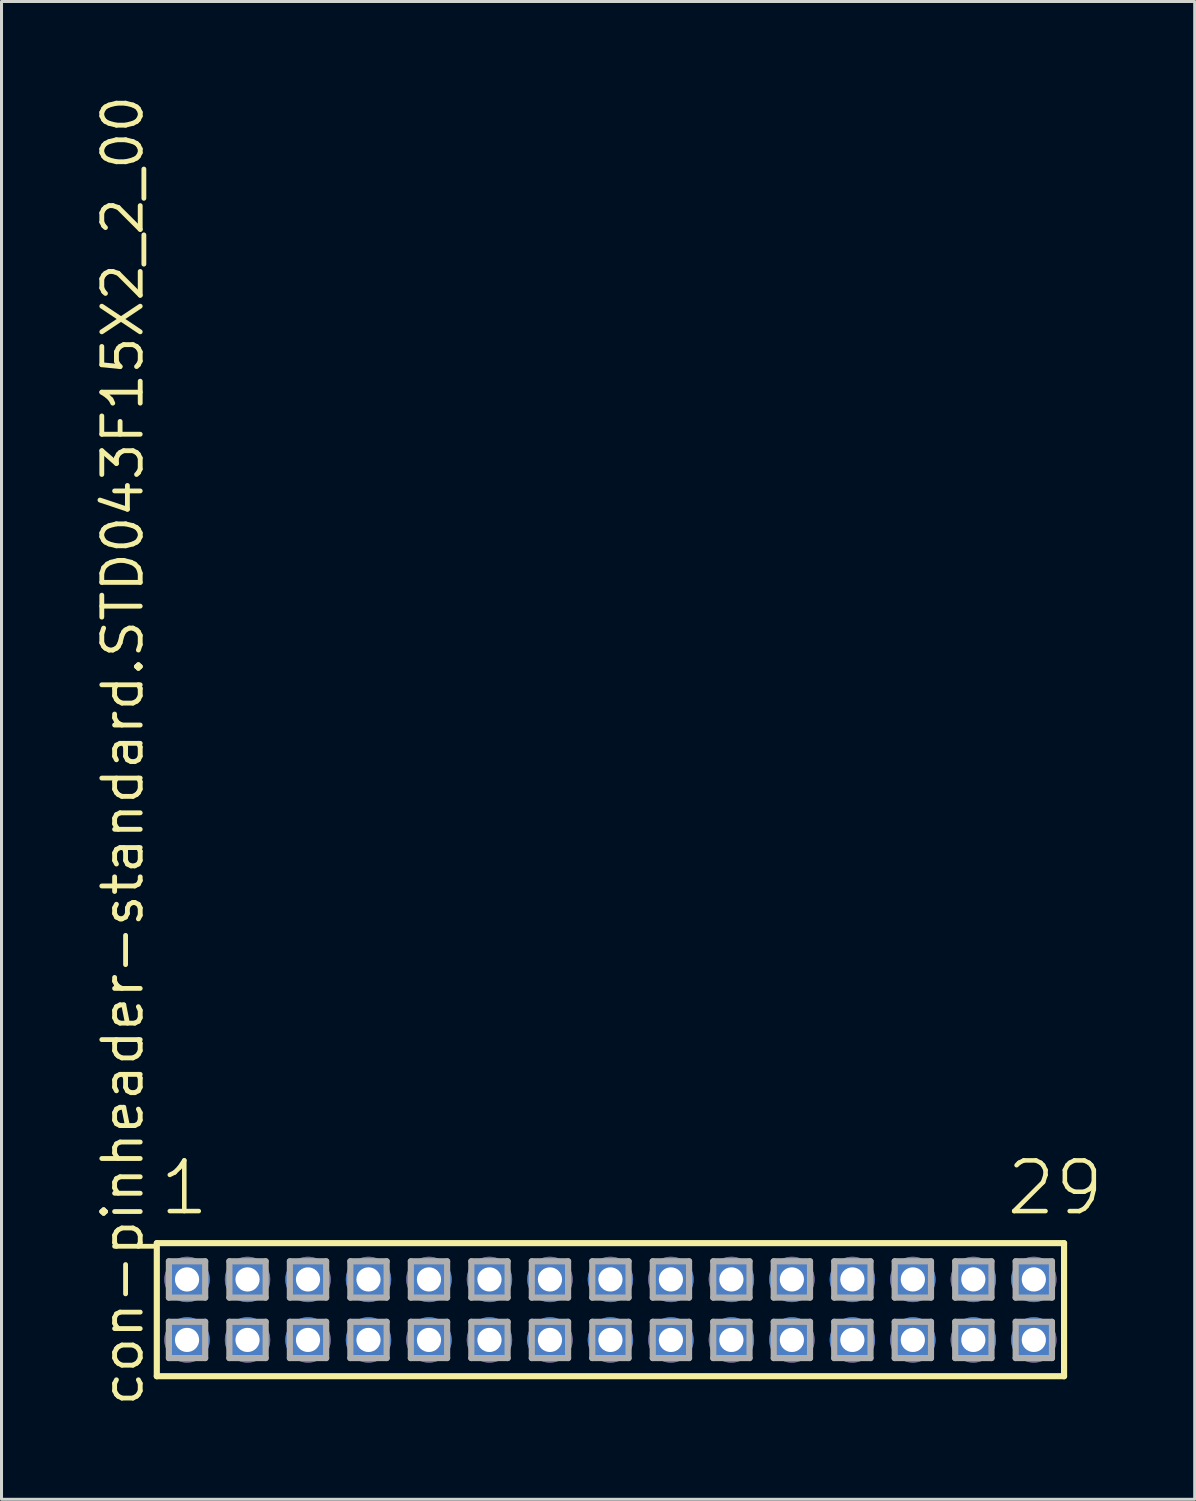
<source format=kicad_pcb>
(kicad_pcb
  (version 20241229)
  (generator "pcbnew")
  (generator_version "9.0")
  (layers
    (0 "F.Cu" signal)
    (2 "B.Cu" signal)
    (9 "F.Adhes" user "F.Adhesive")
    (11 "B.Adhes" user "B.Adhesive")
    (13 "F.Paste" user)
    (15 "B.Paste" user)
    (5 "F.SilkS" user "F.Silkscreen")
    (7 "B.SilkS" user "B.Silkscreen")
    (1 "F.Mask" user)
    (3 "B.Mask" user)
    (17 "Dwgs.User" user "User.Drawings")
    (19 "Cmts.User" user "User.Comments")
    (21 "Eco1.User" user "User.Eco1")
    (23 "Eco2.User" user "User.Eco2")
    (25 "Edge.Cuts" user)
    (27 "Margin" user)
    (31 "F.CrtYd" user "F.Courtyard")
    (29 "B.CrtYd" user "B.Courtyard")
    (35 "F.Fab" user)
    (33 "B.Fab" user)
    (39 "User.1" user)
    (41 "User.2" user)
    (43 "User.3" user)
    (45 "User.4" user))
  (footprint "con-pinheader-standard.STD043F15X2_2_00"
    (layer "F.Cu")
    (at 17.135 40.257)
    (property "Reference" "con-pinheader-standard.STD043F15X2_2_00" (at -15.385 3.27 90) (layer "F.SilkS") (effects (font (size 1.27 1.27) (thickness 0.16)) (justify left bottom)))
    (attr through_hole)
    (fp_line (start -15 -2.2) (end 15 -2.2) (stroke (width 0.203) (type default)) (layer "F.SilkS"))
    (fp_line (start -15 2.2) (end -15 -2.2) (stroke (width 0.203) (type default)) (layer "F.SilkS"))
    (fp_line (start 15 -2.2) (end 15 2.2) (stroke (width 0.203) (type default)) (layer "F.SilkS"))
    (fp_line (start 15 2.2) (end -15 2.2) (stroke (width 0.203) (type default)) (layer "F.SilkS"))
    (fp_line (start -14.6 -1.6) (end -13.4 -1.6) (stroke (width 0.203) (type default)) (layer "F.Fab"))
    (fp_line (start -14.6 -0.4) (end -14.6 -1.6) (stroke (width 0.203) (type default)) (layer "F.Fab"))
    (fp_line (start -14.6 0.4) (end -13.4 0.4) (stroke (width 0.203) (type default)) (layer "F.Fab"))
    (fp_line (start -14.6 1.6) (end -14.6 0.4) (stroke (width 0.203) (type default)) (layer "F.Fab"))
    (fp_line (start -13.4 -1.6) (end -13.4 -0.4) (stroke (width 0.203) (type default)) (layer "F.Fab"))
    (fp_line (start -13.4 -0.4) (end -14.6 -0.4) (stroke (width 0.203) (type default)) (layer "F.Fab"))
    (fp_line (start -13.4 0.4) (end -13.4 1.6) (stroke (width 0.203) (type default)) (layer "F.Fab"))
    (fp_line (start -13.4 1.6) (end -14.6 1.6) (stroke (width 0.203) (type default)) (layer "F.Fab"))
    (fp_line (start -12.6 -1.6) (end -11.4 -1.6) (stroke (width 0.203) (type default)) (layer "F.Fab"))
    (fp_line (start -12.6 -0.4) (end -12.6 -1.6) (stroke (width 0.203) (type default)) (layer "F.Fab"))
    (fp_line (start -12.6 0.4) (end -11.4 0.4) (stroke (width 0.203) (type default)) (layer "F.Fab"))
    (fp_line (start -12.6 1.6) (end -12.6 0.4) (stroke (width 0.203) (type default)) (layer "F.Fab"))
    (fp_line (start -11.4 -1.6) (end -11.4 -0.4) (stroke (width 0.203) (type default)) (layer "F.Fab"))
    (fp_line (start -11.4 -0.4) (end -12.6 -0.4) (stroke (width 0.203) (type default)) (layer "F.Fab"))
    (fp_line (start -11.4 0.4) (end -11.4 1.6) (stroke (width 0.203) (type default)) (layer "F.Fab"))
    (fp_line (start -11.4 1.6) (end -12.6 1.6) (stroke (width 0.203) (type default)) (layer "F.Fab"))
    (fp_line (start -10.6 -1.6) (end -9.4 -1.6) (stroke (width 0.203) (type default)) (layer "F.Fab"))
    (fp_line (start -10.6 -0.4) (end -10.6 -1.6) (stroke (width 0.203) (type default)) (layer "F.Fab"))
    (fp_line (start -10.6 0.4) (end -9.4 0.4) (stroke (width 0.203) (type default)) (layer "F.Fab"))
    (fp_line (start -10.6 1.6) (end -10.6 0.4) (stroke (width 0.203) (type default)) (layer "F.Fab"))
    (fp_line (start -9.4 -1.6) (end -9.4 -0.4) (stroke (width 0.203) (type default)) (layer "F.Fab"))
    (fp_line (start -9.4 -0.4) (end -10.6 -0.4) (stroke (width 0.203) (type default)) (layer "F.Fab"))
    (fp_line (start -9.4 0.4) (end -9.4 1.6) (stroke (width 0.203) (type default)) (layer "F.Fab"))
    (fp_line (start -9.4 1.6) (end -10.6 1.6) (stroke (width 0.203) (type default)) (layer "F.Fab"))
    (fp_line (start -8.6 -1.6) (end -7.4 -1.6) (stroke (width 0.203) (type default)) (layer "F.Fab"))
    (fp_line (start -8.6 -0.4) (end -8.6 -1.6) (stroke (width 0.203) (type default)) (layer "F.Fab"))
    (fp_line (start -8.6 0.4) (end -7.4 0.4) (stroke (width 0.203) (type default)) (layer "F.Fab"))
    (fp_line (start -8.6 1.6) (end -8.6 0.4) (stroke (width 0.203) (type default)) (layer "F.Fab"))
    (fp_line (start -7.4 -1.6) (end -7.4 -0.4) (stroke (width 0.203) (type default)) (layer "F.Fab"))
    (fp_line (start -7.4 -0.4) (end -8.6 -0.4) (stroke (width 0.203) (type default)) (layer "F.Fab"))
    (fp_line (start -7.4 0.4) (end -7.4 1.6) (stroke (width 0.203) (type default)) (layer "F.Fab"))
    (fp_line (start -7.4 1.6) (end -8.6 1.6) (stroke (width 0.203) (type default)) (layer "F.Fab"))
    (fp_line (start -6.6 -1.6) (end -5.4 -1.6) (stroke (width 0.203) (type default)) (layer "F.Fab"))
    (fp_line (start -6.6 -0.4) (end -6.6 -1.6) (stroke (width 0.203) (type default)) (layer "F.Fab"))
    (fp_line (start -6.6 0.4) (end -5.4 0.4) (stroke (width 0.203) (type default)) (layer "F.Fab"))
    (fp_line (start -6.6 1.6) (end -6.6 0.4) (stroke (width 0.203) (type default)) (layer "F.Fab"))
    (fp_line (start -5.4 -1.6) (end -5.4 -0.4) (stroke (width 0.203) (type default)) (layer "F.Fab"))
    (fp_line (start -5.4 -0.4) (end -6.6 -0.4) (stroke (width 0.203) (type default)) (layer "F.Fab"))
    (fp_line (start -5.4 0.4) (end -5.4 1.6) (stroke (width 0.203) (type default)) (layer "F.Fab"))
    (fp_line (start -5.4 1.6) (end -6.6 1.6) (stroke (width 0.203) (type default)) (layer "F.Fab"))
    (fp_line (start -4.6 -1.6) (end -3.4 -1.6) (stroke (width 0.203) (type default)) (layer "F.Fab"))
    (fp_line (start -4.6 -0.4) (end -4.6 -1.6) (stroke (width 0.203) (type default)) (layer "F.Fab"))
    (fp_line (start -4.6 0.4) (end -3.4 0.4) (stroke (width 0.203) (type default)) (layer "F.Fab"))
    (fp_line (start -4.6 1.6) (end -4.6 0.4) (stroke (width 0.203) (type default)) (layer "F.Fab"))
    (fp_line (start -3.4 -1.6) (end -3.4 -0.4) (stroke (width 0.203) (type default)) (layer "F.Fab"))
    (fp_line (start -3.4 -0.4) (end -4.6 -0.4) (stroke (width 0.203) (type default)) (layer "F.Fab"))
    (fp_line (start -3.4 0.4) (end -3.4 1.6) (stroke (width 0.203) (type default)) (layer "F.Fab"))
    (fp_line (start -3.4 1.6) (end -4.6 1.6) (stroke (width 0.203) (type default)) (layer "F.Fab"))
    (fp_line (start -2.6 -1.6) (end -1.4 -1.6) (stroke (width 0.203) (type default)) (layer "F.Fab"))
    (fp_line (start -2.6 -0.4) (end -2.6 -1.6) (stroke (width 0.203) (type default)) (layer "F.Fab"))
    (fp_line (start -2.6 0.4) (end -1.4 0.4) (stroke (width 0.203) (type default)) (layer "F.Fab"))
    (fp_line (start -2.6 1.6) (end -2.6 0.4) (stroke (width 0.203) (type default)) (layer "F.Fab"))
    (fp_line (start -1.4 -1.6) (end -1.4 -0.4) (stroke (width 0.203) (type default)) (layer "F.Fab"))
    (fp_line (start -1.4 -0.4) (end -2.6 -0.4) (stroke (width 0.203) (type default)) (layer "F.Fab"))
    (fp_line (start -1.4 0.4) (end -1.4 1.6) (stroke (width 0.203) (type default)) (layer "F.Fab"))
    (fp_line (start -1.4 1.6) (end -2.6 1.6) (stroke (width 0.203) (type default)) (layer "F.Fab"))
    (fp_line (start -0.6 -1.6) (end 0.6 -1.6) (stroke (width 0.203) (type default)) (layer "F.Fab"))
    (fp_line (start -0.6 -0.4) (end -0.6 -1.6) (stroke (width 0.203) (type default)) (layer "F.Fab"))
    (fp_line (start -0.6 0.4) (end 0.6 0.4) (stroke (width 0.203) (type default)) (layer "F.Fab"))
    (fp_line (start -0.6 1.6) (end -0.6 0.4) (stroke (width 0.203) (type default)) (layer "F.Fab"))
    (fp_line (start 0.6 -1.6) (end 0.6 -0.4) (stroke (width 0.203) (type default)) (layer "F.Fab"))
    (fp_line (start 0.6 -0.4) (end -0.6 -0.4) (stroke (width 0.203) (type default)) (layer "F.Fab"))
    (fp_line (start 0.6 0.4) (end 0.6 1.6) (stroke (width 0.203) (type default)) (layer "F.Fab"))
    (fp_line (start 0.6 1.6) (end -0.6 1.6) (stroke (width 0.203) (type default)) (layer "F.Fab"))
    (fp_line (start 1.4 -1.6) (end 2.6 -1.6) (stroke (width 0.203) (type default)) (layer "F.Fab"))
    (fp_line (start 1.4 -0.4) (end 1.4 -1.6) (stroke (width 0.203) (type default)) (layer "F.Fab"))
    (fp_line (start 1.4 0.4) (end 2.6 0.4) (stroke (width 0.203) (type default)) (layer "F.Fab"))
    (fp_line (start 1.4 1.6) (end 1.4 0.4) (stroke (width 0.203) (type default)) (layer "F.Fab"))
    (fp_line (start 2.6 -1.6) (end 2.6 -0.4) (stroke (width 0.203) (type default)) (layer "F.Fab"))
    (fp_line (start 2.6 -0.4) (end 1.4 -0.4) (stroke (width 0.203) (type default)) (layer "F.Fab"))
    (fp_line (start 2.6 0.4) (end 2.6 1.6) (stroke (width 0.203) (type default)) (layer "F.Fab"))
    (fp_line (start 2.6 1.6) (end 1.4 1.6) (stroke (width 0.203) (type default)) (layer "F.Fab"))
    (fp_line (start 3.4 -1.6) (end 4.6 -1.6) (stroke (width 0.203) (type default)) (layer "F.Fab"))
    (fp_line (start 3.4 -0.4) (end 3.4 -1.6) (stroke (width 0.203) (type default)) (layer "F.Fab"))
    (fp_line (start 3.4 0.4) (end 4.6 0.4) (stroke (width 0.203) (type default)) (layer "F.Fab"))
    (fp_line (start 3.4 1.6) (end 3.4 0.4) (stroke (width 0.203) (type default)) (layer "F.Fab"))
    (fp_line (start 4.6 -1.6) (end 4.6 -0.4) (stroke (width 0.203) (type default)) (layer "F.Fab"))
    (fp_line (start 4.6 -0.4) (end 3.4 -0.4) (stroke (width 0.203) (type default)) (layer "F.Fab"))
    (fp_line (start 4.6 0.4) (end 4.6 1.6) (stroke (width 0.203) (type default)) (layer "F.Fab"))
    (fp_line (start 4.6 1.6) (end 3.4 1.6) (stroke (width 0.203) (type default)) (layer "F.Fab"))
    (fp_line (start 5.4 -1.6) (end 6.6 -1.6) (stroke (width 0.203) (type default)) (layer "F.Fab"))
    (fp_line (start 5.4 -0.4) (end 5.4 -1.6) (stroke (width 0.203) (type default)) (layer "F.Fab"))
    (fp_line (start 5.4 0.4) (end 6.6 0.4) (stroke (width 0.203) (type default)) (layer "F.Fab"))
    (fp_line (start 5.4 1.6) (end 5.4 0.4) (stroke (width 0.203) (type default)) (layer "F.Fab"))
    (fp_line (start 6.6 -1.6) (end 6.6 -0.4) (stroke (width 0.203) (type default)) (layer "F.Fab"))
    (fp_line (start 6.6 -0.4) (end 5.4 -0.4) (stroke (width 0.203) (type default)) (layer "F.Fab"))
    (fp_line (start 6.6 0.4) (end 6.6 1.6) (stroke (width 0.203) (type default)) (layer "F.Fab"))
    (fp_line (start 6.6 1.6) (end 5.4 1.6) (stroke (width 0.203) (type default)) (layer "F.Fab"))
    (fp_line (start 7.4 -1.6) (end 8.6 -1.6) (stroke (width 0.203) (type default)) (layer "F.Fab"))
    (fp_line (start 7.4 -0.4) (end 7.4 -1.6) (stroke (width 0.203) (type default)) (layer "F.Fab"))
    (fp_line (start 7.4 0.4) (end 8.6 0.4) (stroke (width 0.203) (type default)) (layer "F.Fab"))
    (fp_line (start 7.4 1.6) (end 7.4 0.4) (stroke (width 0.203) (type default)) (layer "F.Fab"))
    (fp_line (start 8.6 -1.6) (end 8.6 -0.4) (stroke (width 0.203) (type default)) (layer "F.Fab"))
    (fp_line (start 8.6 -0.4) (end 7.4 -0.4) (stroke (width 0.203) (type default)) (layer "F.Fab"))
    (fp_line (start 8.6 0.4) (end 8.6 1.6) (stroke (width 0.203) (type default)) (layer "F.Fab"))
    (fp_line (start 8.6 1.6) (end 7.4 1.6) (stroke (width 0.203) (type default)) (layer "F.Fab"))
    (fp_line (start 9.4 -1.6) (end 10.6 -1.6) (stroke (width 0.203) (type default)) (layer "F.Fab"))
    (fp_line (start 9.4 -0.4) (end 9.4 -1.6) (stroke (width 0.203) (type default)) (layer "F.Fab"))
    (fp_line (start 9.4 0.4) (end 10.6 0.4) (stroke (width 0.203) (type default)) (layer "F.Fab"))
    (fp_line (start 9.4 1.6) (end 9.4 0.4) (stroke (width 0.203) (type default)) (layer "F.Fab"))
    (fp_line (start 10.6 -1.6) (end 10.6 -0.4) (stroke (width 0.203) (type default)) (layer "F.Fab"))
    (fp_line (start 10.6 -0.4) (end 9.4 -0.4) (stroke (width 0.203) (type default)) (layer "F.Fab"))
    (fp_line (start 10.6 0.4) (end 10.6 1.6) (stroke (width 0.203) (type default)) (layer "F.Fab"))
    (fp_line (start 10.6 1.6) (end 9.4 1.6) (stroke (width 0.203) (type default)) (layer "F.Fab"))
    (fp_line (start 11.4 -1.6) (end 12.6 -1.6) (stroke (width 0.203) (type default)) (layer "F.Fab"))
    (fp_line (start 11.4 -0.4) (end 11.4 -1.6) (stroke (width 0.203) (type default)) (layer "F.Fab"))
    (fp_line (start 11.4 0.4) (end 12.6 0.4) (stroke (width 0.203) (type default)) (layer "F.Fab"))
    (fp_line (start 11.4 1.6) (end 11.4 0.4) (stroke (width 0.203) (type default)) (layer "F.Fab"))
    (fp_line (start 12.6 -1.6) (end 12.6 -0.4) (stroke (width 0.203) (type default)) (layer "F.Fab"))
    (fp_line (start 12.6 -0.4) (end 11.4 -0.4) (stroke (width 0.203) (type default)) (layer "F.Fab"))
    (fp_line (start 12.6 0.4) (end 12.6 1.6) (stroke (width 0.203) (type default)) (layer "F.Fab"))
    (fp_line (start 12.6 1.6) (end 11.4 1.6) (stroke (width 0.203) (type default)) (layer "F.Fab"))
    (fp_line (start 13.4 -1.6) (end 14.6 -1.6) (stroke (width 0.203) (type default)) (layer "F.Fab"))
    (fp_line (start 13.4 -0.4) (end 13.4 -1.6) (stroke (width 0.203) (type default)) (layer "F.Fab"))
    (fp_line (start 13.4 0.4) (end 14.6 0.4) (stroke (width 0.203) (type default)) (layer "F.Fab"))
    (fp_line (start 13.4 1.6) (end 13.4 0.4) (stroke (width 0.203) (type default)) (layer "F.Fab"))
    (fp_line (start 14.6 -1.6) (end 14.6 -0.4) (stroke (width 0.203) (type default)) (layer "F.Fab"))
    (fp_line (start 14.6 -0.4) (end 13.4 -0.4) (stroke (width 0.203) (type default)) (layer "F.Fab"))
    (fp_line (start 14.6 0.4) (end 14.6 1.6) (stroke (width 0.203) (type default)) (layer "F.Fab"))
    (fp_line (start 14.6 1.6) (end 13.4 1.6) (stroke (width 0.203) (type default)) (layer "F.Fab"))
    (fp_text user "1" (at -14.988 -3.048 0) (layer "F.SilkS") (effects (font (size 1.676 1.676) (thickness 0.15)) (justify left bottom)))
    (fp_text user "29" (at 13.012 -3.048 0) (layer "F.SilkS") (effects (font (size 1.676 1.676) (thickness 0.15)) (justify left bottom)))
    (pad "1" thru_hole circle (at -14 -1) (size 1.5 1.5) (drill 0.8) (layers "*.Cu" "*.Mask"))
    (pad "2" thru_hole circle (at -14 1) (size 1.5 1.5) (drill 0.8) (layers "*.Cu" "*.Mask"))
    (pad "3" thru_hole circle (at -12 -1) (size 1.5 1.5) (drill 0.8) (layers "*.Cu" "*.Mask"))
    (pad "4" thru_hole circle (at -12 1) (size 1.5 1.5) (drill 0.8) (layers "*.Cu" "*.Mask"))
    (pad "5" thru_hole circle (at -10 -1) (size 1.5 1.5) (drill 0.8) (layers "*.Cu" "*.Mask"))
    (pad "6" thru_hole circle (at -10 1) (size 1.5 1.5) (drill 0.8) (layers "*.Cu" "*.Mask"))
    (pad "7" thru_hole circle (at -8 -1) (size 1.5 1.5) (drill 0.8) (layers "*.Cu" "*.Mask"))
    (pad "8" thru_hole circle (at -8 1) (size 1.5 1.5) (drill 0.8) (layers "*.Cu" "*.Mask"))
    (pad "9" thru_hole circle (at -6 -1) (size 1.5 1.5) (drill 0.8) (layers "*.Cu" "*.Mask"))
    (pad "10" thru_hole circle (at -6 1) (size 1.5 1.5) (drill 0.8) (layers "*.Cu" "*.Mask"))
    (pad "11" thru_hole circle (at -4 -1) (size 1.5 1.5) (drill 0.8) (layers "*.Cu" "*.Mask"))
    (pad "12" thru_hole circle (at -4 1) (size 1.5 1.5) (drill 0.8) (layers "*.Cu" "*.Mask"))
    (pad "13" thru_hole circle (at -2 -1) (size 1.5 1.5) (drill 0.8) (layers "*.Cu" "*.Mask"))
    (pad "14" thru_hole circle (at -2 1) (size 1.5 1.5) (drill 0.8) (layers "*.Cu" "*.Mask"))
    (pad "15" thru_hole circle (at 0 -1) (size 1.5 1.5) (drill 0.8) (layers "*.Cu" "*.Mask"))
    (pad "16" thru_hole circle (at 0 1) (size 1.5 1.5) (drill 0.8) (layers "*.Cu" "*.Mask"))
    (pad "17" thru_hole circle (at 2 -1) (size 1.5 1.5) (drill 0.8) (layers "*.Cu" "*.Mask"))
    (pad "18" thru_hole circle (at 2 1) (size 1.5 1.5) (drill 0.8) (layers "*.Cu" "*.Mask"))
    (pad "19" thru_hole circle (at 4 -1) (size 1.5 1.5) (drill 0.8) (layers "*.Cu" "*.Mask"))
    (pad "20" thru_hole circle (at 4 1) (size 1.5 1.5) (drill 0.8) (layers "*.Cu" "*.Mask"))
    (pad "21" thru_hole circle (at 6 -1) (size 1.5 1.5) (drill 0.8) (layers "*.Cu" "*.Mask"))
    (pad "22" thru_hole circle (at 6 1) (size 1.5 1.5) (drill 0.8) (layers "*.Cu" "*.Mask"))
    (pad "23" thru_hole circle (at 8 -1) (size 1.5 1.5) (drill 0.8) (layers "*.Cu" "*.Mask"))
    (pad "24" thru_hole circle (at 8 1) (size 1.5 1.5) (drill 0.8) (layers "*.Cu" "*.Mask"))
    (pad "25" thru_hole circle (at 10 -1) (size 1.5 1.5) (drill 0.8) (layers "*.Cu" "*.Mask"))
    (pad "26" thru_hole circle (at 10 1) (size 1.5 1.5) (drill 0.8) (layers "*.Cu" "*.Mask"))
    (pad "27" thru_hole circle (at 12 -1) (size 1.5 1.5) (drill 0.8) (layers "*.Cu" "*.Mask"))
    (pad "28" thru_hole circle (at 12 1) (size 1.5 1.5) (drill 0.8) (layers "*.Cu" "*.Mask"))
    (pad "29" thru_hole circle (at 14 -1) (size 1.5 1.5) (drill 0.8) (layers "*.Cu" "*.Mask"))
    (pad "30" thru_hole circle (at 14 1) (size 1.5 1.5) (drill 0.8) (layers "*.Cu" "*.Mask")))
  (gr_rect
    (start -3 -3)
    (end 36.455 46.527)
    (stroke (width 0.1) (type default))
    (fill no)
    (layer "Edge.Cuts")))
</source>
